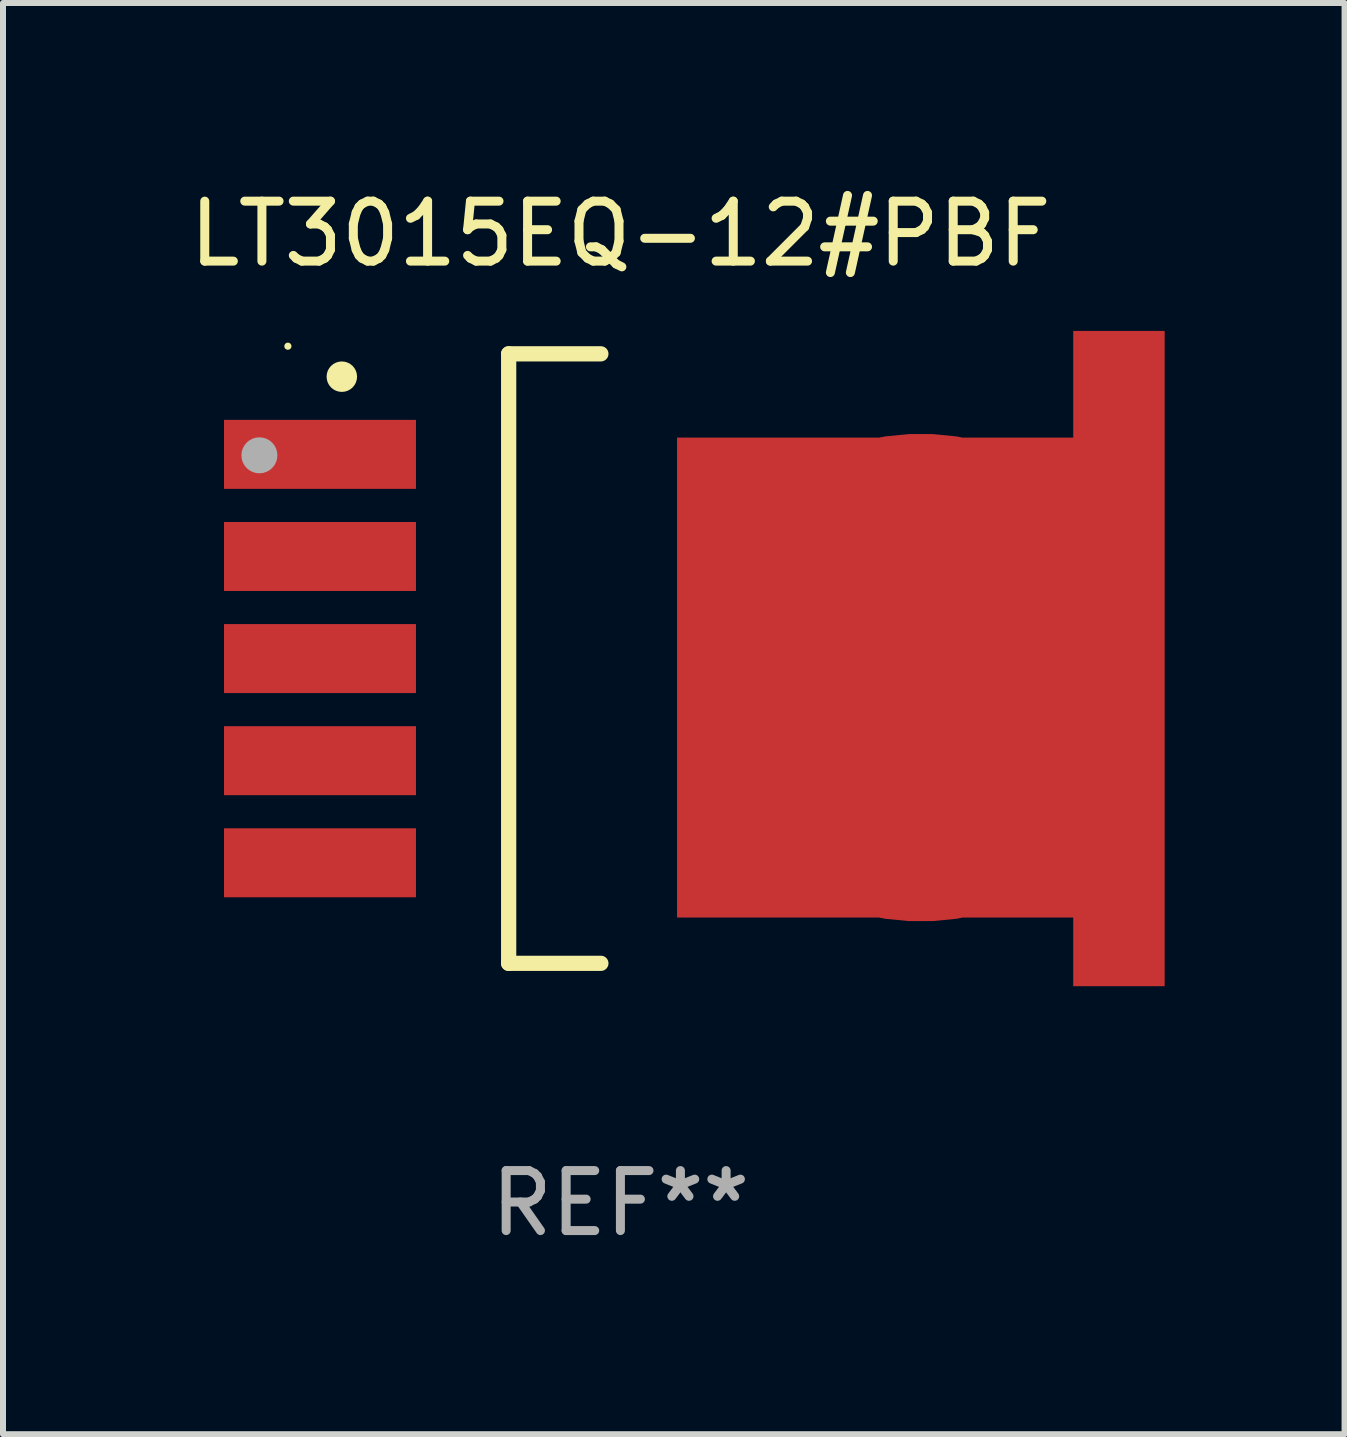
<source format=kicad_pcb>
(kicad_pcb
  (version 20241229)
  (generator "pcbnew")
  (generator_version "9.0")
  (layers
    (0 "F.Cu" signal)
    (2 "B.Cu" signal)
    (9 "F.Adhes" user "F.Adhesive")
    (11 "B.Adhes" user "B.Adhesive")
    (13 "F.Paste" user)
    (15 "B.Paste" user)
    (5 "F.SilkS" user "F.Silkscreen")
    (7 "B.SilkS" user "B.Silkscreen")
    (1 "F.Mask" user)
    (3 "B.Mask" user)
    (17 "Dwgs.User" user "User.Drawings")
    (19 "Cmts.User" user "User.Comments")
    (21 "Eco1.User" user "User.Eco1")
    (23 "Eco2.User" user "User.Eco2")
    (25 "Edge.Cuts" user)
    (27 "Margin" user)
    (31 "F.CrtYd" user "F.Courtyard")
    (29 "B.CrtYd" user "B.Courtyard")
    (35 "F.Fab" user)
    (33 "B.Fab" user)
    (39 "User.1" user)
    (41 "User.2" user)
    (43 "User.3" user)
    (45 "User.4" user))
  (footprint "LT3015EQ-12#PBF"
    (layer "F.Cu")
    (at 7.292 7.928)
    (property "Reference" "LT3015EQ-12#PBF" (at 0 -7.08 0) (layer "F.SilkS") (effects (font (size 1 1) (thickness 0.15))))
    (attr through_hole)
    (fp_line (start -1.863 -5.08) (end -0.326 -5.08) (stroke (width 0.254) (type solid)) (layer "F.SilkS"))
    (fp_line (start -1.863 5.08) (end -1.863 -5.08) (stroke (width 0.254) (type solid)) (layer "F.SilkS"))
    (fp_line (start -0.326 5.08) (end -1.863 5.08) (stroke (width 0.254) (type solid)) (layer "F.SilkS"))
    (fp_circle (center -5.543 -5.207) (end -5.513 -5.207) (stroke (width 0.06) (type solid)) (fill no) (layer "F.SilkS"))
    (fp_circle (center -4.644 -4.699) (end -4.517 -4.699) (stroke (width 0.254) (type solid)) (fill no) (layer "F.SilkS"))
    (fp_circle (center -6.018 -3.388) (end -5.868 -3.388) (stroke (width 0.3) (type solid)) (fill no) (layer "F.Fab"))
    (fp_text user "REF**" (at 0 9.08 0) (layer "F.Fab") (effects (font (size 1 1) (thickness 0.15))))
    (pad "1" smd rect (at -5.008 -3.404) (size 3.2 1.15) (layers "F.Cu" "F.Mask" "F.Paste"))
    (pad "2" smd rect (at -5.008 -1.702) (size 3.2 1.15) (layers "F.Cu" "F.Mask" "F.Paste"))
    (pad "3" smd rect (at -5.008 -0.000025) (size 3.2 1.15) (layers "F.Cu" "F.Mask" "F.Paste"))
    (pad "4" smd rect (at -5.008 1.702) (size 3.2 1.15) (layers "F.Cu" "F.Mask" "F.Paste"))
    (pad "5" smd rect (at -5.008 3.404) (size 3.2 1.15) (layers "F.Cu" "F.Mask" "F.Paste"))
    (pad "6" smd custom (at 5.008 0.317) (size 8.128 10.922) (layers "F.Cu" "F.Mask" "F.Paste") (options (anchor circle)) (primitives (gr_poly (pts (xy -4.064 -4.001) (xy 2.54 -4.001) (xy 2.54 -5.779) (xy 4.064 -5.779) (xy 4.064 5.144) (xy 2.54 5.144) (xy 2.54 4) (xy -4.064 4)) (width 0) (fill yes)))))
  (gr_rect
    (start -3 -3)
    (end 19.363 20.857)
    (stroke (width 0.1) (type default))
    (fill no)
    (layer "Edge.Cuts")))
</source>
